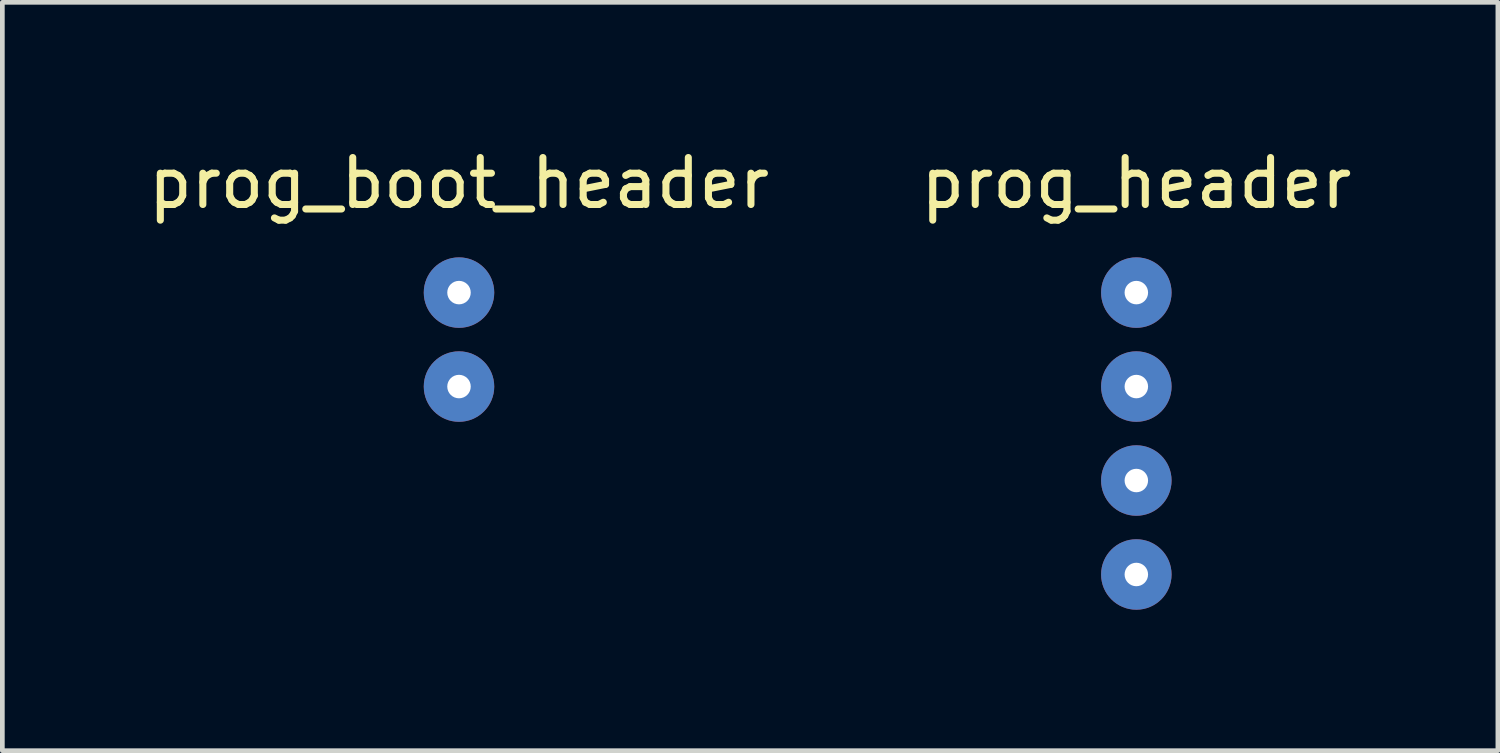
<source format=kicad_pcb>
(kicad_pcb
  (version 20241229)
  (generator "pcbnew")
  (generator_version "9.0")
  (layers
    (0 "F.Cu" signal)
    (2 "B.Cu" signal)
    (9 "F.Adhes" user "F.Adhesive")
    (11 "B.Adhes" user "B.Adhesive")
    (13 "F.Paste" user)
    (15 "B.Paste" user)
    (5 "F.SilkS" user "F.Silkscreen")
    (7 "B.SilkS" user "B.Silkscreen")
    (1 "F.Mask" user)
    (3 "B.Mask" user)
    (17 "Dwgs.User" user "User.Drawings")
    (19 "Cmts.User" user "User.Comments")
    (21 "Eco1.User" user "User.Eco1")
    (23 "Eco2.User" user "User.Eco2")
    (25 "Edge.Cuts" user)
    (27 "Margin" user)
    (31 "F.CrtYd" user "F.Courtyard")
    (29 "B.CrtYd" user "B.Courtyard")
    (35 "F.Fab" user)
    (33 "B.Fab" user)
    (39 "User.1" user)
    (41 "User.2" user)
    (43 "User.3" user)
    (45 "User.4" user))
  (footprint "prog_header"
    (layer "F.Cu")
    (at 21.137 3.178)
    (property "Reference" "prog_header" (at 0 -2.33 0) (layer "F.SilkS") (effects (font (size 1 1) (thickness 0.15))))
    (attr through_hole)
    (pad "1" thru_hole oval (at 0 0) (size 1.5 1.5) (drill 0.5) (layers "F.Cu" "F.Mask"))
    (pad "2" thru_hole oval (at 0 2) (size 1.5 1.5) (drill 0.5) (layers "F.Cu" "F.Mask"))
    (pad "3" thru_hole oval (at 0 4) (size 1.5 1.5) (drill 0.5) (layers "F.Cu" "F.Mask"))
    (pad "4" thru_hole oval (at 0 6) (size 1.5 1.5) (drill 0.5) (layers "F.Cu" "F.Mask")))
  (footprint "prog_boot_header"
    (layer "F.Cu")
    (at 6.72 3.178)
    (property "Reference" "prog_boot_header" (at 0 -2.33 0) (layer "F.SilkS") (effects (font (size 1 1) (thickness 0.15))))
    (attr through_hole)
    (pad "1" thru_hole oval (at 0 0) (size 1.5 1.5) (drill 0.5) (layers "F.Cu" "F.Mask"))
    (pad "2" thru_hole oval (at 0 2) (size 1.5 1.5) (drill 0.5) (layers "F.Cu" "F.Mask")))
  (gr_rect
    (start -3 -3)
    (end 28.833 12.928)
    (stroke (width 0.1) (type default))
    (fill no)
    (layer "Edge.Cuts")))
</source>
